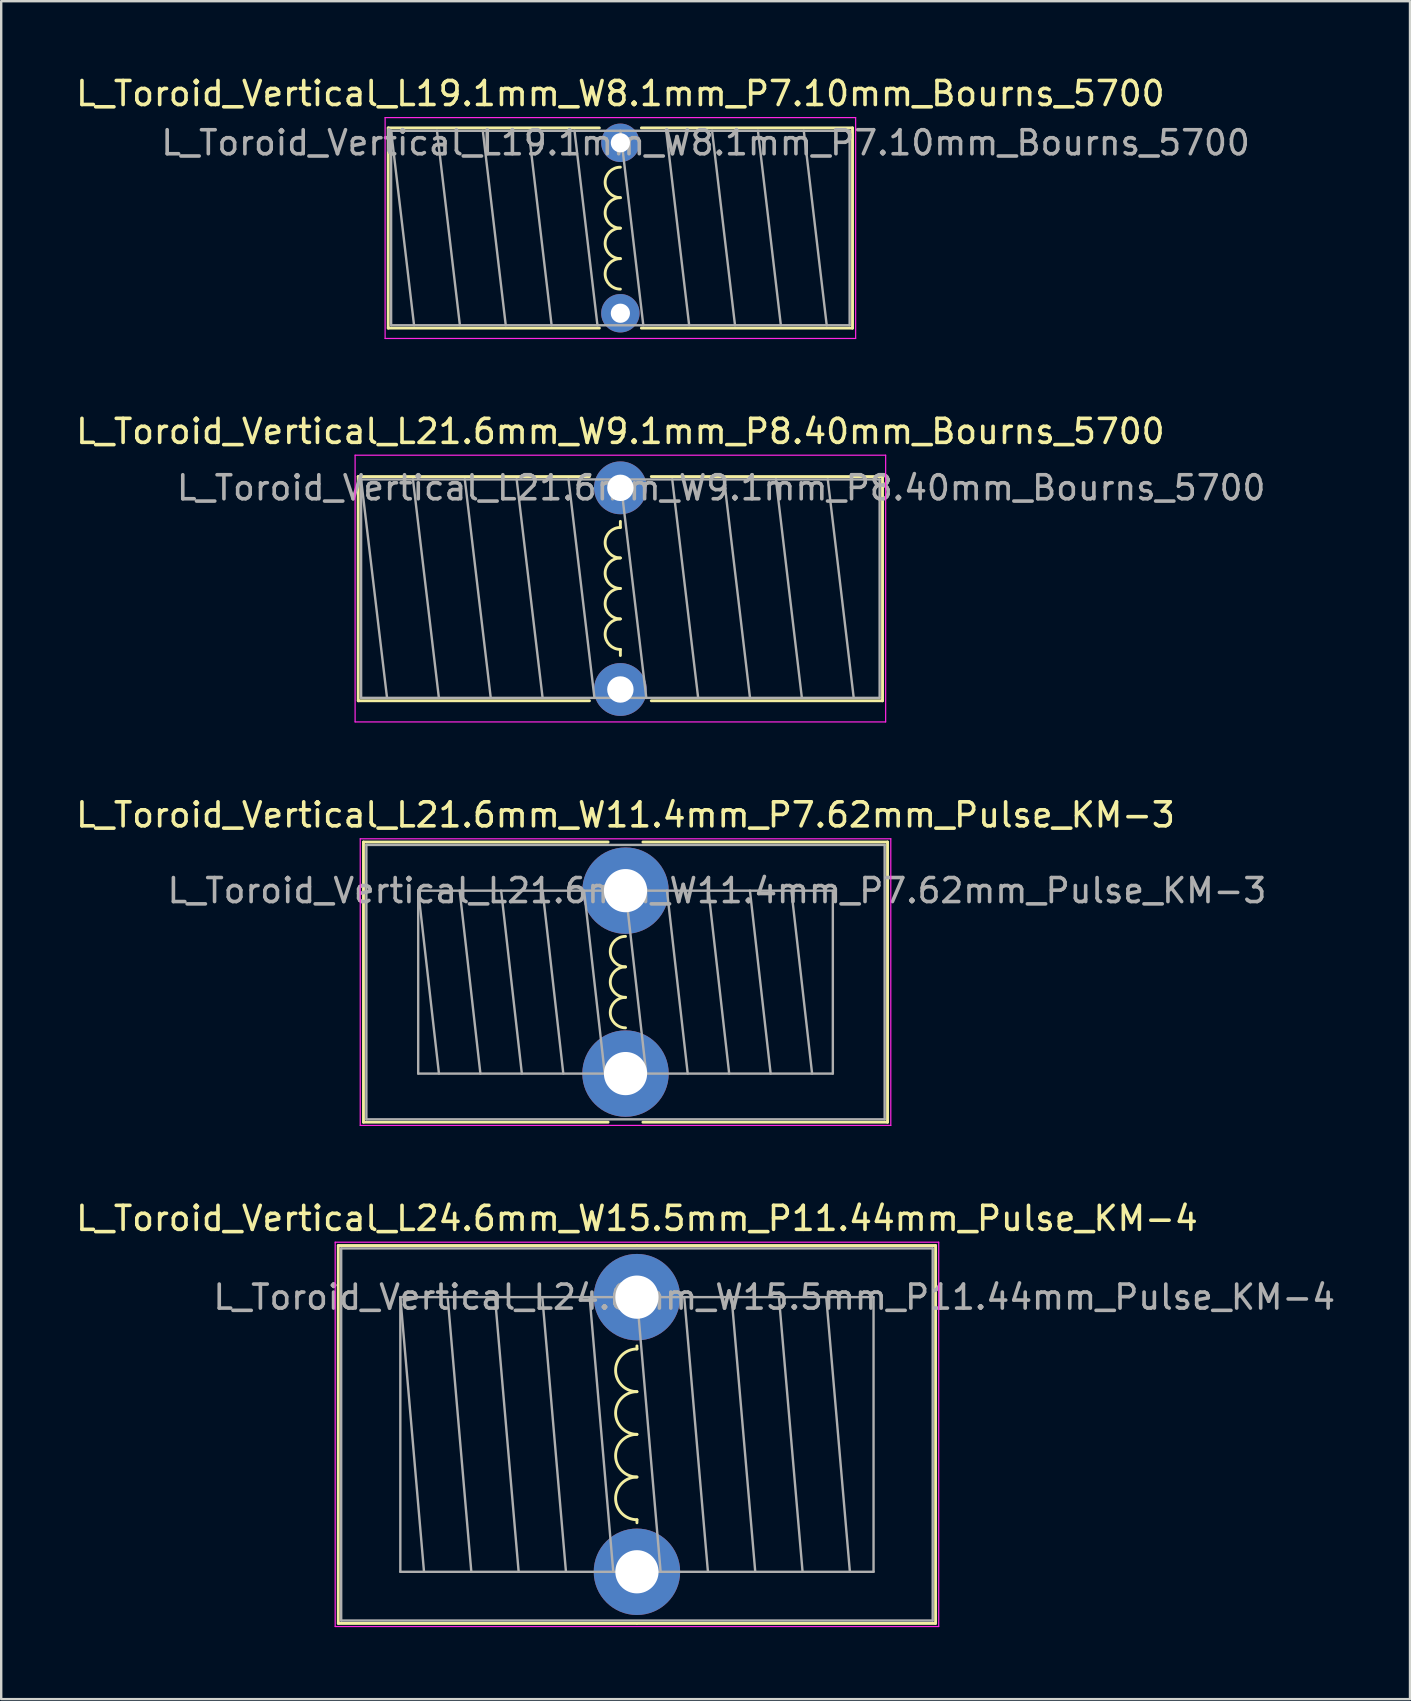
<source format=kicad_pcb>
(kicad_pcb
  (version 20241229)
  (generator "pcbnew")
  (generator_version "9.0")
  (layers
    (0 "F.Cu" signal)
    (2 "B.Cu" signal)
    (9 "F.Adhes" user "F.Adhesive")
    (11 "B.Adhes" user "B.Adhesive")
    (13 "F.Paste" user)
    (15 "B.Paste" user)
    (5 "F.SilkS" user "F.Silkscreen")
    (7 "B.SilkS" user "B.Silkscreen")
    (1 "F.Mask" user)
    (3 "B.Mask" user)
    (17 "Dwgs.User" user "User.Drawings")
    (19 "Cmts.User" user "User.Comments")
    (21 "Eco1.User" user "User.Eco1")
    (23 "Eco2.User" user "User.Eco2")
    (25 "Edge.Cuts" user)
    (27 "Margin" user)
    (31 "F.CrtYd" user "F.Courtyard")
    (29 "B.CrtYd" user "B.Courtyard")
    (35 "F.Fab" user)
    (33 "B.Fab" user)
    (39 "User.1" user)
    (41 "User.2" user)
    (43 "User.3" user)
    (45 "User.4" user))
  (footprint "L_Toroid_Vertical_L21.6mm_W9.1mm_P8.40mm_Bourns_5700"
    (layer "F.Cu")
    (at 22.792 17.271)
    (property "Reference" "L_Toroid_Vertical_L21.6mm_W9.1mm_P8.40mm_Bourns_5700" (at 0 -2.35 0) (layer "F.SilkS") (effects (font (size 1 1) (thickness 0.15))))
    (attr through_hole)
    (fp_line (start -10.92 -0.47) (end -10.92 8.87) (stroke (width 0.12) (type solid)) (layer "F.SilkS"))
    (fp_line (start -10.92 -0.47) (end -1.288 -0.47) (stroke (width 0.12) (type solid)) (layer "F.SilkS"))
    (fp_line (start -10.92 8.87) (end -1.288 8.87) (stroke (width 0.12) (type solid)) (layer "F.SilkS"))
    (fp_line (start 0 1.651) (end 0 1.397) (stroke (width 0.12) (type solid)) (layer "F.SilkS"))
    (fp_line (start 0 6.731) (end 0 6.985) (stroke (width 0.12) (type solid)) (layer "F.SilkS"))
    (fp_line (start 1.288 -0.47) (end 10.92 -0.47) (stroke (width 0.12) (type solid)) (layer "F.SilkS"))
    (fp_line (start 1.288 8.87) (end 10.92 8.87) (stroke (width 0.12) (type solid)) (layer "F.SilkS"))
    (fp_line (start 10.92 -0.47) (end 10.92 8.87) (stroke (width 0.12) (type solid)) (layer "F.SilkS"))
    (fp_arc (start 0 2.921) (mid -0.635 2.286) (end 0 1.651) (stroke (width 0.12) (type solid)) (layer "F.SilkS"))
    (fp_arc (start 0 4.191) (mid -0.635 3.556) (end 0 2.921) (stroke (width 0.12) (type solid)) (layer "F.SilkS"))
    (fp_arc (start 0 5.461) (mid -0.635 4.826) (end 0 4.191) (stroke (width 0.12) (type solid)) (layer "F.SilkS"))
    (fp_arc (start 0 6.731) (mid -0.635 6.096) (end 0 5.461) (stroke (width 0.12) (type solid)) (layer "F.SilkS"))
    (fp_line (start -11.05 -1.36) (end -11.05 9.75) (stroke (width 0.05) (type solid)) (layer "F.CrtYd"))
    (fp_line (start -11.05 9.75) (end 11.05 9.75) (stroke (width 0.05) (type solid)) (layer "F.CrtYd"))
    (fp_line (start 11.05 -1.36) (end -11.05 -1.36) (stroke (width 0.05) (type solid)) (layer "F.CrtYd"))
    (fp_line (start 11.05 9.75) (end 11.05 -1.36) (stroke (width 0.05) (type solid)) (layer "F.CrtYd"))
    (fp_line (start -10.8 -0.35) (end -10.8 8.75) (stroke (width 0.1) (type solid)) (layer "F.Fab"))
    (fp_line (start -10.8 -0.35) (end -9.72 8.75) (stroke (width 0.1) (type solid)) (layer "F.Fab"))
    (fp_line (start -10.8 8.75) (end 10.8 8.75) (stroke (width 0.1) (type solid)) (layer "F.Fab"))
    (fp_line (start -8.64 -0.35) (end -7.56 8.75) (stroke (width 0.1) (type solid)) (layer "F.Fab"))
    (fp_line (start -6.48 -0.35) (end -5.4 8.75) (stroke (width 0.1) (type solid)) (layer "F.Fab"))
    (fp_line (start -4.32 -0.35) (end -3.24 8.75) (stroke (width 0.1) (type solid)) (layer "F.Fab"))
    (fp_line (start -2.16 -0.35) (end -1.08 8.75) (stroke (width 0.1) (type solid)) (layer "F.Fab"))
    (fp_line (start 0 -0.35) (end 1.08 8.75) (stroke (width 0.1) (type solid)) (layer "F.Fab"))
    (fp_line (start 2.16 -0.35) (end 3.24 8.75) (stroke (width 0.1) (type solid)) (layer "F.Fab"))
    (fp_line (start 4.32 -0.35) (end 5.4 8.75) (stroke (width 0.1) (type solid)) (layer "F.Fab"))
    (fp_line (start 6.48 -0.35) (end 7.56 8.75) (stroke (width 0.1) (type solid)) (layer "F.Fab"))
    (fp_line (start 8.64 -0.35) (end 9.72 8.75) (stroke (width 0.1) (type solid)) (layer "F.Fab"))
    (fp_line (start 10.8 -0.35) (end -10.8 -0.35) (stroke (width 0.1) (type solid)) (layer "F.Fab"))
    (fp_line (start 10.8 8.75) (end 10.8 -0.35) (stroke (width 0.1) (type solid)) (layer "F.Fab"))
    (fp_text user "${REFERENCE}" (at 4.2 0 0) (layer "F.Fab") (effects (font (size 1 1) (thickness 0.15))))
    (pad "1" thru_hole circle (at 0 0) (size 2.2 2.2) (drill 1.1) (layers "*.Cu" "*.Mask"))
    (pad "2" thru_hole circle (at 0 8.4) (size 2.2 2.2) (drill 1.1) (layers "*.Cu" "*.Mask")))
  (footprint "L_Toroid_Vertical_L21.6mm_W11.4mm_P7.62mm_Pulse_KM-3"
    (layer "F.Cu")
    (at 23.006 34.05)
    (property "Reference" "L_Toroid_Vertical_L21.6mm_W11.4mm_P7.62mm_Pulse_KM-3" (at 0 -3.155 0) (layer "F.SilkS") (effects (font (size 1 1) (thickness 0.15))))
    (attr through_hole)
    (fp_line (start -10.915 -2.025) (end -10.915 9.645) (stroke (width 0.12) (type solid)) (layer "F.SilkS"))
    (fp_line (start -10.915 -2.025) (end -0.725 -2.025) (stroke (width 0.12) (type solid)) (layer "F.SilkS"))
    (fp_line (start -10.915 9.645) (end -0.725 9.645) (stroke (width 0.12) (type solid)) (layer "F.SilkS"))
    (fp_line (start 0.725 -2.025) (end 10.915 -2.025) (stroke (width 0.12) (type solid)) (layer "F.SilkS"))
    (fp_line (start 0.725 9.645) (end 10.915 9.645) (stroke (width 0.12) (type solid)) (layer "F.SilkS"))
    (fp_line (start 10.915 -2.025) (end 10.915 9.645) (stroke (width 0.12) (type solid)) (layer "F.SilkS"))
    (fp_arc (start 0 3.175) (mid -0.635 2.54) (end 0 1.905) (stroke (width 0.12) (type solid)) (layer "F.SilkS"))
    (fp_arc (start 0 4.445) (mid -0.635 3.81) (end 0 3.175) (stroke (width 0.12) (type solid)) (layer "F.SilkS"))
    (fp_arc (start 0 5.715) (mid -0.635 5.08) (end 0 4.445) (stroke (width 0.12) (type solid)) (layer "F.SilkS"))
    (fp_line (start -11.05 -2.16) (end -11.05 9.78) (stroke (width 0.05) (type solid)) (layer "F.CrtYd"))
    (fp_line (start -11.05 9.78) (end 11.05 9.78) (stroke (width 0.05) (type solid)) (layer "F.CrtYd"))
    (fp_line (start 11.05 -2.16) (end -11.05 -2.16) (stroke (width 0.05) (type solid)) (layer "F.CrtYd"))
    (fp_line (start 11.05 9.78) (end 11.05 -2.16) (stroke (width 0.05) (type solid)) (layer "F.CrtYd"))
    (fp_line (start -10.795 -1.905) (end -10.795 9.525) (stroke (width 0.1) (type solid)) (layer "F.Fab"))
    (fp_line (start -10.795 9.525) (end 10.795 9.525) (stroke (width 0.1) (type solid)) (layer "F.Fab"))
    (fp_line (start -8.636 0) (end -8.636 7.62) (stroke (width 0.1) (type solid)) (layer "F.Fab"))
    (fp_line (start -8.636 0) (end -7.772 7.62) (stroke (width 0.1) (type solid)) (layer "F.Fab"))
    (fp_line (start -8.636 7.62) (end 8.636 7.62) (stroke (width 0.1) (type solid)) (layer "F.Fab"))
    (fp_line (start -6.909 0) (end -6.045 7.62) (stroke (width 0.1) (type solid)) (layer "F.Fab"))
    (fp_line (start -5.182 0) (end -4.318 7.62) (stroke (width 0.1) (type solid)) (layer "F.Fab"))
    (fp_line (start -3.454 0) (end -2.591 7.62) (stroke (width 0.1) (type solid)) (layer "F.Fab"))
    (fp_line (start -1.727 0) (end -0.864 7.62) (stroke (width 0.1) (type solid)) (layer "F.Fab"))
    (fp_line (start 0 0) (end 0.864 7.62) (stroke (width 0.1) (type solid)) (layer "F.Fab"))
    (fp_line (start 1.727 0) (end 2.591 7.62) (stroke (width 0.1) (type solid)) (layer "F.Fab"))
    (fp_line (start 3.454 0) (end 4.318 7.62) (stroke (width 0.1) (type solid)) (layer "F.Fab"))
    (fp_line (start 5.182 0) (end 6.045 7.62) (stroke (width 0.1) (type solid)) (layer "F.Fab"))
    (fp_line (start 6.909 0) (end 7.772 7.62) (stroke (width 0.1) (type solid)) (layer "F.Fab"))
    (fp_line (start 8.636 0) (end -8.636 0) (stroke (width 0.1) (type solid)) (layer "F.Fab"))
    (fp_line (start 8.636 7.62) (end 8.636 0) (stroke (width 0.1) (type solid)) (layer "F.Fab"))
    (fp_line (start 10.795 -1.905) (end -10.795 -1.905) (stroke (width 0.1) (type solid)) (layer "F.Fab"))
    (fp_line (start 10.795 9.525) (end 10.795 -1.905) (stroke (width 0.1) (type solid)) (layer "F.Fab"))
    (fp_text user "${REFERENCE}" (at 3.81 0 0) (layer "F.Fab") (effects (font (size 1 1) (thickness 0.15))))
    (pad "1" thru_hole circle (at 0 0) (size 3.6 3.6) (drill 1.8) (layers "*.Cu" "*.Mask"))
    (pad "2" thru_hole circle (at 0 7.62) (size 3.6 3.6) (drill 1.8) (layers "*.Cu" "*.Mask")))
  (footprint "L_Toroid_Vertical_L24.6mm_W15.5mm_P11.44mm_Pulse_KM-4"
    (layer "F.Cu")
    (at 23.482 50.983)
    (property "Reference" "L_Toroid_Vertical_L24.6mm_W15.5mm_P11.44mm_Pulse_KM-4" (at 0 -3.28 0) (layer "F.SilkS") (effects (font (size 1 1) (thickness 0.15))))
    (attr through_hole)
    (fp_line (start -12.44 -2.15) (end -12.44 13.59) (stroke (width 0.12) (type solid)) (layer "F.SilkS"))
    (fp_line (start -12.44 -2.15) (end -0.016 -2.15) (stroke (width 0.12) (type solid)) (layer "F.SilkS"))
    (fp_line (start -12.44 13.59) (end -0.016 13.59) (stroke (width 0.12) (type solid)) (layer "F.SilkS"))
    (fp_line (start 0 2.159) (end 0 2.032) (stroke (width 0.12) (type solid)) (layer "F.SilkS"))
    (fp_line (start 0 9.271) (end 0 9.398) (stroke (width 0.12) (type solid)) (layer "F.SilkS"))
    (fp_line (start 0.016 -2.15) (end 12.44 -2.15) (stroke (width 0.12) (type solid)) (layer "F.SilkS"))
    (fp_line (start 0.016 13.59) (end 12.44 13.59) (stroke (width 0.12) (type solid)) (layer "F.SilkS"))
    (fp_line (start 12.44 -2.15) (end 12.44 13.59) (stroke (width 0.12) (type solid)) (layer "F.SilkS"))
    (fp_arc (start 0 3.937) (mid -0.889 3.048) (end 0 2.159) (stroke (width 0.12) (type solid)) (layer "F.SilkS"))
    (fp_arc (start 0 5.715) (mid -0.889 4.826) (end 0 3.937) (stroke (width 0.12) (type solid)) (layer "F.SilkS"))
    (fp_arc (start 0 7.493) (mid -0.889 6.604) (end 0 5.715) (stroke (width 0.12) (type solid)) (layer "F.SilkS"))
    (fp_arc (start 0 9.271) (mid -0.889 8.382) (end 0 7.493) (stroke (width 0.12) (type solid)) (layer "F.SilkS"))
    (fp_line (start -12.57 -2.29) (end -12.57 13.72) (stroke (width 0.05) (type solid)) (layer "F.CrtYd"))
    (fp_line (start -12.57 13.72) (end 12.57 13.72) (stroke (width 0.05) (type solid)) (layer "F.CrtYd"))
    (fp_line (start 12.57 -2.29) (end -12.57 -2.29) (stroke (width 0.05) (type solid)) (layer "F.CrtYd"))
    (fp_line (start 12.57 13.72) (end 12.57 -2.29) (stroke (width 0.05) (type solid)) (layer "F.CrtYd"))
    (fp_line (start -12.32 -2.03) (end -12.32 13.47) (stroke (width 0.1) (type solid)) (layer "F.Fab"))
    (fp_line (start -12.32 13.47) (end 12.32 13.47) (stroke (width 0.1) (type solid)) (layer "F.Fab"))
    (fp_line (start -9.856 0) (end -9.856 11.44) (stroke (width 0.1) (type solid)) (layer "F.Fab"))
    (fp_line (start -9.856 0) (end -8.87 11.44) (stroke (width 0.1) (type solid)) (layer "F.Fab"))
    (fp_line (start -9.856 11.44) (end 9.856 11.44) (stroke (width 0.1) (type solid)) (layer "F.Fab"))
    (fp_line (start -7.885 0) (end -6.899 11.44) (stroke (width 0.1) (type solid)) (layer "F.Fab"))
    (fp_line (start -5.914 0) (end -4.928 11.44) (stroke (width 0.1) (type solid)) (layer "F.Fab"))
    (fp_line (start -3.942 0) (end -2.957 11.44) (stroke (width 0.1) (type solid)) (layer "F.Fab"))
    (fp_line (start -1.971 0) (end -0.986 11.44) (stroke (width 0.1) (type solid)) (layer "F.Fab"))
    (fp_line (start 0 0) (end 0.986 11.44) (stroke (width 0.1) (type solid)) (layer "F.Fab"))
    (fp_line (start 1.971 0) (end 2.957 11.44) (stroke (width 0.1) (type solid)) (layer "F.Fab"))
    (fp_line (start 3.942 0) (end 4.928 11.44) (stroke (width 0.1) (type solid)) (layer "F.Fab"))
    (fp_line (start 5.914 0) (end 6.899 11.44) (stroke (width 0.1) (type solid)) (layer "F.Fab"))
    (fp_line (start 7.885 0) (end 8.87 11.44) (stroke (width 0.1) (type solid)) (layer "F.Fab"))
    (fp_line (start 9.856 0) (end -9.856 0) (stroke (width 0.1) (type solid)) (layer "F.Fab"))
    (fp_line (start 9.856 11.44) (end 9.856 0) (stroke (width 0.1) (type solid)) (layer "F.Fab"))
    (fp_line (start 12.32 -2.03) (end -12.32 -2.03) (stroke (width 0.1) (type solid)) (layer "F.Fab"))
    (fp_line (start 12.32 13.47) (end 12.32 -2.03) (stroke (width 0.1) (type solid)) (layer "F.Fab"))
    (fp_text user "${REFERENCE}" (at 5.72 0 0) (layer "F.Fab") (effects (font (size 1 1) (thickness 0.15))))
    (pad "1" thru_hole circle (at 0 0) (size 3.6 3.6) (drill 1.8) (layers "*.Cu" "*.Mask"))
    (pad "2" thru_hole circle (at 0 11.44) (size 3.6 3.6) (drill 1.8) (layers "*.Cu" "*.Mask")))
  (footprint "L_Toroid_Vertical_L19.1mm_W8.1mm_P7.10mm_Bourns_5700"
    (layer "F.Cu")
    (at 22.792 2.898)
    (property "Reference" "L_Toroid_Vertical_L19.1mm_W8.1mm_P7.10mm_Bourns_5700" (at 0 -2.05 0) (layer "F.SilkS") (effects (font (size 1 1) (thickness 0.15))))
    (attr through_hole)
    (fp_line (start -9.67 -0.62) (end -9.67 7.72) (stroke (width 0.12) (type solid)) (layer "F.SilkS"))
    (fp_line (start -9.67 -0.62) (end -0.875 -0.62) (stroke (width 0.12) (type solid)) (layer "F.SilkS"))
    (fp_line (start -9.67 7.72) (end -0.875 7.72) (stroke (width 0.12) (type solid)) (layer "F.SilkS"))
    (fp_line (start 0.875 -0.62) (end 9.67 -0.62) (stroke (width 0.12) (type solid)) (layer "F.SilkS"))
    (fp_line (start 0.875 7.72) (end 9.67 7.72) (stroke (width 0.12) (type solid)) (layer "F.SilkS"))
    (fp_line (start 9.67 -0.62) (end 9.67 7.72) (stroke (width 0.12) (type solid)) (layer "F.SilkS"))
    (fp_arc (start 0 2.286) (mid -0.635 1.651) (end 0 1.016) (stroke (width 0.12) (type solid)) (layer "F.SilkS"))
    (fp_arc (start 0 3.556) (mid -0.635 2.921) (end 0 2.286) (stroke (width 0.12) (type solid)) (layer "F.SilkS"))
    (fp_arc (start 0 4.826) (mid -0.635 4.191) (end 0 3.556) (stroke (width 0.12) (type solid)) (layer "F.SilkS"))
    (fp_arc (start 0 6.096) (mid -0.635 5.461) (end 0 4.826) (stroke (width 0.12) (type solid)) (layer "F.SilkS"))
    (fp_line (start -9.8 -1.05) (end -9.8 8.15) (stroke (width 0.05) (type solid)) (layer "F.CrtYd"))
    (fp_line (start -9.8 8.15) (end 9.8 8.15) (stroke (width 0.05) (type solid)) (layer "F.CrtYd"))
    (fp_line (start 9.8 -1.05) (end -9.8 -1.05) (stroke (width 0.05) (type solid)) (layer "F.CrtYd"))
    (fp_line (start 9.8 8.15) (end 9.8 -1.05) (stroke (width 0.05) (type solid)) (layer "F.CrtYd"))
    (fp_line (start -9.55 -0.5) (end -9.55 7.6) (stroke (width 0.1) (type solid)) (layer "F.Fab"))
    (fp_line (start -9.55 -0.5) (end -8.595 7.6) (stroke (width 0.1) (type solid)) (layer "F.Fab"))
    (fp_line (start -9.55 7.6) (end 9.55 7.6) (stroke (width 0.1) (type solid)) (layer "F.Fab"))
    (fp_line (start -7.64 -0.5) (end -6.685 7.6) (stroke (width 0.1) (type solid)) (layer "F.Fab"))
    (fp_line (start -5.73 -0.5) (end -4.775 7.6) (stroke (width 0.1) (type solid)) (layer "F.Fab"))
    (fp_line (start -3.82 -0.5) (end -2.865 7.6) (stroke (width 0.1) (type solid)) (layer "F.Fab"))
    (fp_line (start -1.91 -0.5) (end -0.955 7.6) (stroke (width 0.1) (type solid)) (layer "F.Fab"))
    (fp_line (start 0 -0.5) (end 0.955 7.6) (stroke (width 0.1) (type solid)) (layer "F.Fab"))
    (fp_line (start 1.91 -0.5) (end 2.865 7.6) (stroke (width 0.1) (type solid)) (layer "F.Fab"))
    (fp_line (start 3.82 -0.5) (end 4.775 7.6) (stroke (width 0.1) (type solid)) (layer "F.Fab"))
    (fp_line (start 5.73 -0.5) (end 6.685 7.6) (stroke (width 0.1) (type solid)) (layer "F.Fab"))
    (fp_line (start 7.64 -0.5) (end 8.595 7.6) (stroke (width 0.1) (type solid)) (layer "F.Fab"))
    (fp_line (start 9.55 -0.5) (end -9.55 -0.5) (stroke (width 0.1) (type solid)) (layer "F.Fab"))
    (fp_line (start 9.55 7.6) (end 9.55 -0.5) (stroke (width 0.1) (type solid)) (layer "F.Fab"))
    (fp_text user "${REFERENCE}" (at 3.55 0 0) (layer "F.Fab") (effects (font (size 1 1) (thickness 0.15))))
    (pad "1" thru_hole circle (at 0 0) (size 1.6 1.6) (drill 0.8) (layers "*.Cu" "*.Mask"))
    (pad "2" thru_hole circle (at 0 7.1) (size 1.6 1.6) (drill 0.8) (layers "*.Cu" "*.Mask")))
  (gr_rect
    (start -3 -3)
    (end 55.684 67.728)
    (stroke (width 0.1) (type default))
    (fill no)
    (layer "Edge.Cuts")))
</source>
